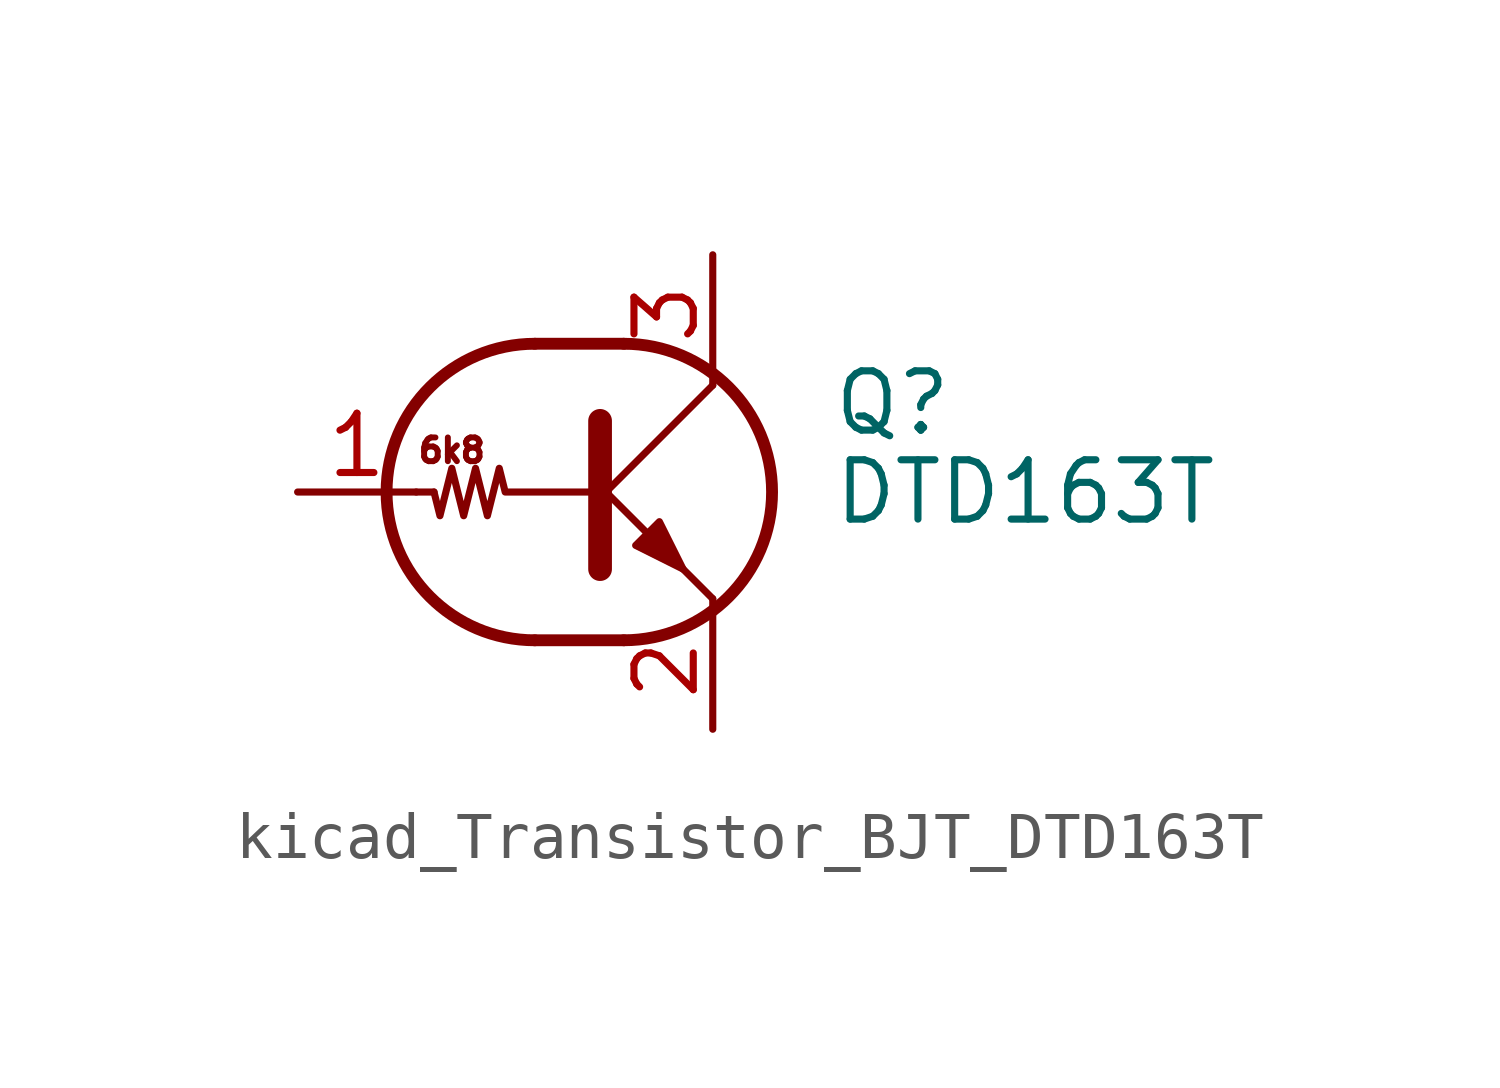
<source format=kicad_sym>
(kicad_symbol_lib
  (version 20220914)
  (generator kicad_symbol_editor)
  (symbol "kicad_Transistor_BJT_DTD163T"
    (pin_names
      (offset 0) hide)
    (property "Reference" "Q"
      (at 5.08 1.905 0)
      (effects (font (size 1.27 1.27)) (justify left)))
    (property "Value" "DTD163T"
      (at 5.08 0 0)
      (effects (font (size 1.27 1.27)) (justify left)))
    (symbol "kicad_Transistor_BJT_DTD163T_0_0"
      (polyline (pts (xy 2.54 -2.286) (xy 2.54 -2.54)) (stroke (width 0) (type default)) (fill (type none)))
      (text "6k8" (at -3.048 0.889 0) (effects (font (size 0.508 0.508)))))
    (symbol "kicad_Transistor_BJT_DTD163T_0_1"
      (arc (start -1.27 3.175) (mid -4.4312 0) (end -1.27 -3.175) (stroke (width 0.254) (type default)) (fill (type none)))
      (polyline (pts (xy -3.429 0) (xy -3.81 0)) (stroke (width 0) (type default)) (fill (type none)))
      (polyline (pts (xy -1.27 -3.175) (xy 0.635 -3.175)) (stroke (width 0.254) (type default)) (fill (type none)))
      (polyline (pts (xy -1.27 3.175) (xy 0.635 3.175)) (stroke (width 0.254) (type default)) (fill (type none)))
      (polyline (pts (xy 0 -0.254) (xy 2.54 2.286)) (stroke (width 0) (type default)) (fill (type none)))
      (polyline (pts (xy 0.127 1.524) (xy 0.127 -1.651)) (stroke (width 0.508) (type default)) (fill (type outline)))
      (polyline (pts (xy 2.54 2.286) (xy 2.54 2.54)) (stroke (width 0) (type default)) (fill (type none)))
      (polyline (pts (xy 2.54 -2.286) (xy 0 0.254) (xy 0 0.254)) (stroke (width 0) (type default)) (fill (type none)))
      (polyline (pts (xy 0.889 -1.143) (xy 1.397 -0.635) (xy 1.905 -1.651) (xy 0.889 -1.143)) (stroke (width 0) (type default)) (fill (type outline)))
      (polyline (pts (xy 0 0) (xy -1.905 0) (xy -2.032 0.508) (xy -2.286 -0.508) (xy -2.54 0.508) (xy -2.794 -0.508) (xy -3.048 0.508) (xy -3.302 -0.508) (xy -3.429 0)) (stroke (width 0) (type default)) (fill (type none)))
      (arc (start 0.635 -3.175) (mid 3.7962 0) (end 0.635 3.175) (stroke (width 0.254) (type default)) (fill (type none))))
    (symbol "kicad_Transistor_BJT_DTD163T_1_1"
      (pin input line (at -6.35 0 0) (length 2.54) (name "B" (effects (font (size 1.27 1.27)))) (number "1" (effects (font (size 1.27 1.27)))))
      (pin passive line (at 2.54 -5.08 90) (length 2.54) (name "E" (effects (font (size 1.27 1.27)))) (number "2" (effects (font (size 1.27 1.27)))))
      (pin passive line (at 2.54 5.08 270) (length 2.54) (name "C" (effects (font (size 1.27 1.27)))) (number "3" (effects (font (size 1.27 1.27))))))))
</source>
